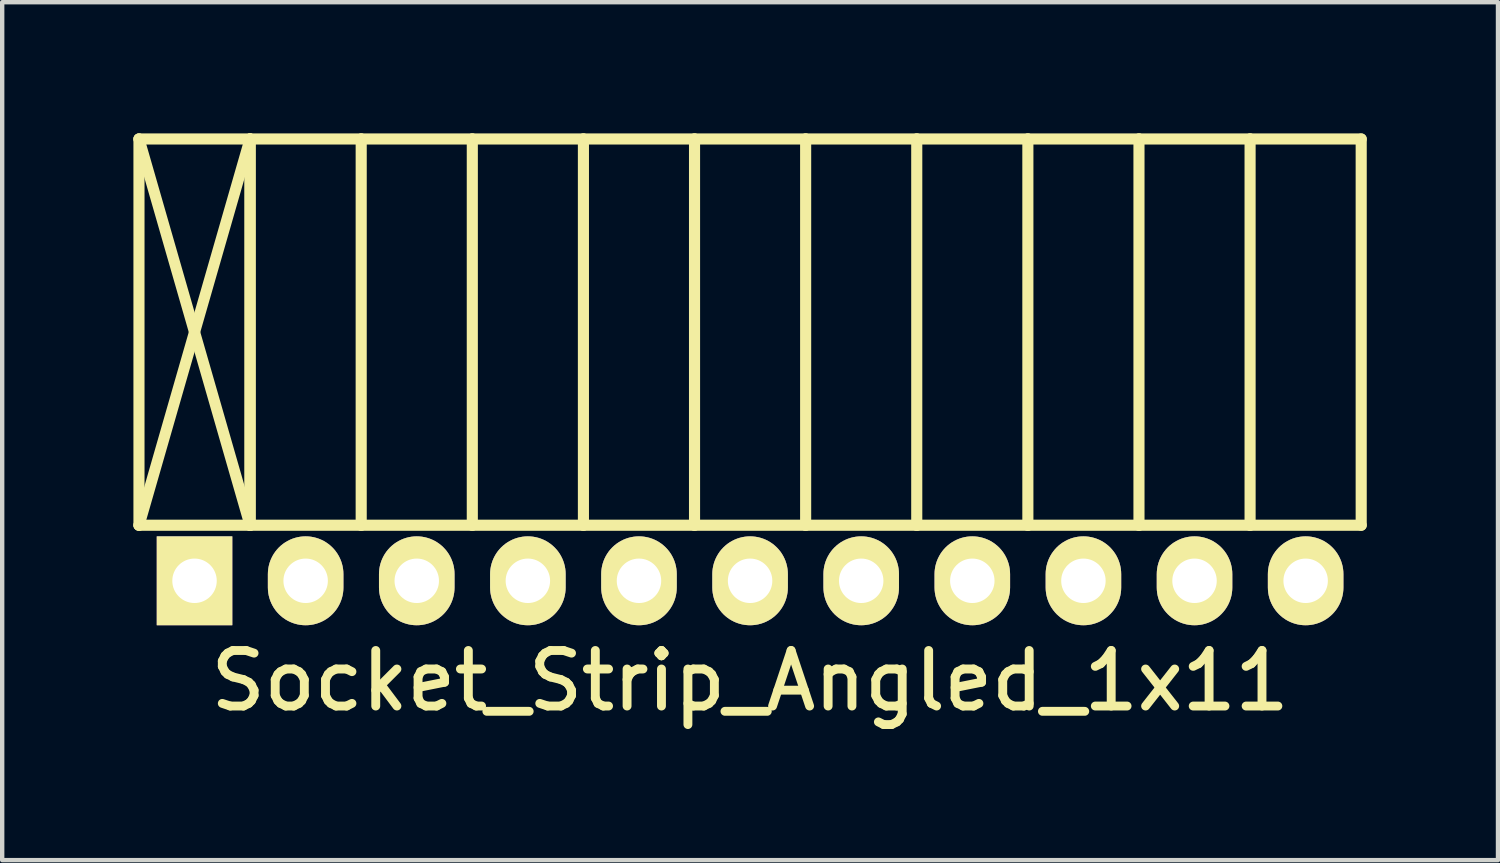
<source format=kicad_pcb>
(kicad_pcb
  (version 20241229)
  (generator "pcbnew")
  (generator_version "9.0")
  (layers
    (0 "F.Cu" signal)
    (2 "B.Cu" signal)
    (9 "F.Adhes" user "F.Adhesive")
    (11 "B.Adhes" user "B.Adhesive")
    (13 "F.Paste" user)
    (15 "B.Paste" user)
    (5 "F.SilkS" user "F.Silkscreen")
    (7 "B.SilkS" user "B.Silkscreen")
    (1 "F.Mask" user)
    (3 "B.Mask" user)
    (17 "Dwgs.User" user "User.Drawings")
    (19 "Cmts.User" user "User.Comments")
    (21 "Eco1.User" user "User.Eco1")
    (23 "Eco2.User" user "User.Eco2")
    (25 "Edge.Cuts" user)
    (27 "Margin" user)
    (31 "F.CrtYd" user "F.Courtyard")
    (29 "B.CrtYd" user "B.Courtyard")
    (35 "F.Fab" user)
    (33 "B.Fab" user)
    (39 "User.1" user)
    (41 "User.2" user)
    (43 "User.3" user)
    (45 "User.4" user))
  (footprint "Socket_Strip_Angled_1x11"
    (layer "F.Cu")
    (at 14.097 10.227)
    (property "Reference" "Socket_Strip_Angled_1x11" (at 0 2.286 0) (layer "F.SilkS") (effects (font (size 1.27 1.27) (thickness 0.203))))
    (attr through_hole)
    (fp_line (start -13.97 -10.1) (end -11.43 -10.1) (stroke (width 0.254) (type solid)) (layer "F.SilkS"))
    (fp_line (start -13.97 -10.1) (end -11.43 -1.27) (stroke (width 0.254) (type solid)) (layer "F.SilkS"))
    (fp_line (start -13.97 -1.27) (end -13.97 -10.1) (stroke (width 0.254) (type solid)) (layer "F.SilkS"))
    (fp_line (start -13.97 -1.27) (end -11.43 -10.1) (stroke (width 0.254) (type solid)) (layer "F.SilkS"))
    (fp_line (start -13.97 -1.27) (end -11.43 -1.27) (stroke (width 0.254) (type solid)) (layer "F.SilkS"))
    (fp_line (start -11.43 -10.1) (end -11.43 -1.27) (stroke (width 0.254) (type solid)) (layer "F.SilkS"))
    (fp_line (start -11.43 -10.1) (end -8.89 -10.1) (stroke (width 0.254) (type solid)) (layer "F.SilkS"))
    (fp_line (start -11.43 -1.27) (end -11.43 -10.1) (stroke (width 0.254) (type solid)) (layer "F.SilkS"))
    (fp_line (start -11.43 -1.27) (end -8.89 -1.27) (stroke (width 0.254) (type solid)) (layer "F.SilkS"))
    (fp_line (start -8.89 -10.1) (end -8.89 -1.27) (stroke (width 0.254) (type solid)) (layer "F.SilkS"))
    (fp_line (start -8.89 -10.1) (end -6.35 -10.1) (stroke (width 0.254) (type solid)) (layer "F.SilkS"))
    (fp_line (start -8.89 -1.27) (end -6.35 -1.27) (stroke (width 0.254) (type solid)) (layer "F.SilkS"))
    (fp_line (start -6.35 -10.1) (end -6.35 -1.27) (stroke (width 0.254) (type solid)) (layer "F.SilkS"))
    (fp_line (start -6.35 -10.1) (end -3.81 -10.1) (stroke (width 0.254) (type solid)) (layer "F.SilkS"))
    (fp_line (start -6.35 -1.27) (end -3.81 -1.27) (stroke (width 0.254) (type solid)) (layer "F.SilkS"))
    (fp_line (start -3.81 -10.1) (end -3.81 -1.27) (stroke (width 0.254) (type solid)) (layer "F.SilkS"))
    (fp_line (start -3.81 -10.1) (end -1.27 -10.1) (stroke (width 0.254) (type solid)) (layer "F.SilkS"))
    (fp_line (start -3.81 -1.27) (end -1.27 -1.27) (stroke (width 0.254) (type solid)) (layer "F.SilkS"))
    (fp_line (start -1.27 -10.1) (end -1.27 -1.27) (stroke (width 0.254) (type solid)) (layer "F.SilkS"))
    (fp_line (start -1.27 -10.1) (end 1.27 -10.1) (stroke (width 0.254) (type solid)) (layer "F.SilkS"))
    (fp_line (start -1.27 -1.27) (end 1.27 -1.27) (stroke (width 0.254) (type solid)) (layer "F.SilkS"))
    (fp_line (start 1.27 -10.1) (end 1.27 -1.27) (stroke (width 0.254) (type solid)) (layer "F.SilkS"))
    (fp_line (start 1.27 -10.1) (end 3.81 -10.1) (stroke (width 0.254) (type solid)) (layer "F.SilkS"))
    (fp_line (start 1.27 -1.27) (end 3.81 -1.27) (stroke (width 0.254) (type solid)) (layer "F.SilkS"))
    (fp_line (start 3.81 -10.1) (end 3.81 -1.27) (stroke (width 0.254) (type solid)) (layer "F.SilkS"))
    (fp_line (start 3.81 -10.1) (end 6.35 -10.1) (stroke (width 0.254) (type solid)) (layer "F.SilkS"))
    (fp_line (start 3.81 -1.27) (end 6.35 -1.27) (stroke (width 0.254) (type solid)) (layer "F.SilkS"))
    (fp_line (start 6.35 -10.1) (end 6.35 -1.27) (stroke (width 0.254) (type solid)) (layer "F.SilkS"))
    (fp_line (start 6.35 -10.1) (end 8.89 -10.1) (stroke (width 0.254) (type solid)) (layer "F.SilkS"))
    (fp_line (start 6.35 -1.27) (end 8.89 -1.27) (stroke (width 0.254) (type solid)) (layer "F.SilkS"))
    (fp_line (start 8.89 -10.1) (end 8.89 -1.27) (stroke (width 0.254) (type solid)) (layer "F.SilkS"))
    (fp_line (start 8.89 -10.1) (end 11.43 -10.1) (stroke (width 0.254) (type solid)) (layer "F.SilkS"))
    (fp_line (start 8.89 -1.27) (end 11.43 -1.27) (stroke (width 0.254) (type solid)) (layer "F.SilkS"))
    (fp_line (start 11.43 -10.1) (end 11.43 -1.27) (stroke (width 0.254) (type solid)) (layer "F.SilkS"))
    (fp_line (start 11.43 -10.1) (end 13.97 -10.1) (stroke (width 0.254) (type solid)) (layer "F.SilkS"))
    (fp_line (start 11.43 -1.27) (end 13.97 -1.27) (stroke (width 0.254) (type solid)) (layer "F.SilkS"))
    (fp_line (start 13.97 -10.1) (end 13.97 -1.27) (stroke (width 0.254) (type solid)) (layer "F.SilkS"))
    (pad "1" thru_hole rect (at -12.7 0) (size 1.727 2.032) (drill 1.016) (layers "*.Cu" "*.Mask" "F.SilkS"))
    (pad "2" thru_hole oval (at -10.16 0) (size 1.727 2.032) (drill 1.016) (layers "*.Cu" "*.Mask" "F.SilkS"))
    (pad "3" thru_hole oval (at -7.62 0) (size 1.727 2.032) (drill 1.016) (layers "*.Cu" "*.Mask" "F.SilkS"))
    (pad "4" thru_hole oval (at -5.08 0) (size 1.727 2.032) (drill 1.016) (layers "*.Cu" "*.Mask" "F.SilkS"))
    (pad "5" thru_hole oval (at -2.54 0) (size 1.727 2.032) (drill 1.016) (layers "*.Cu" "*.Mask" "F.SilkS"))
    (pad "6" thru_hole oval (at 0 0) (size 1.727 2.032) (drill 1.016) (layers "*.Cu" "*.Mask" "F.SilkS"))
    (pad "7" thru_hole oval (at 2.54 0) (size 1.727 2.032) (drill 1.016) (layers "*.Cu" "*.Mask" "F.SilkS"))
    (pad "8" thru_hole oval (at 5.08 0) (size 1.727 2.032) (drill 1.016) (layers "*.Cu" "*.Mask" "F.SilkS"))
    (pad "9" thru_hole oval (at 7.62 0) (size 1.727 2.032) (drill 1.016) (layers "*.Cu" "*.Mask" "F.SilkS"))
    (pad "10" thru_hole oval (at 10.16 0) (size 1.727 2.032) (drill 1.016) (layers "*.Cu" "*.Mask" "F.SilkS"))
    (pad "11" thru_hole oval (at 12.7 0) (size 1.727 2.032) (drill 1.016) (layers "*.Cu" "*.Mask" "F.SilkS")))
  (gr_rect
    (start -3 -3)
    (end 31.194 16.613)
    (stroke (width 0.1) (type default))
    (fill no)
    (layer "Edge.Cuts")))
</source>
